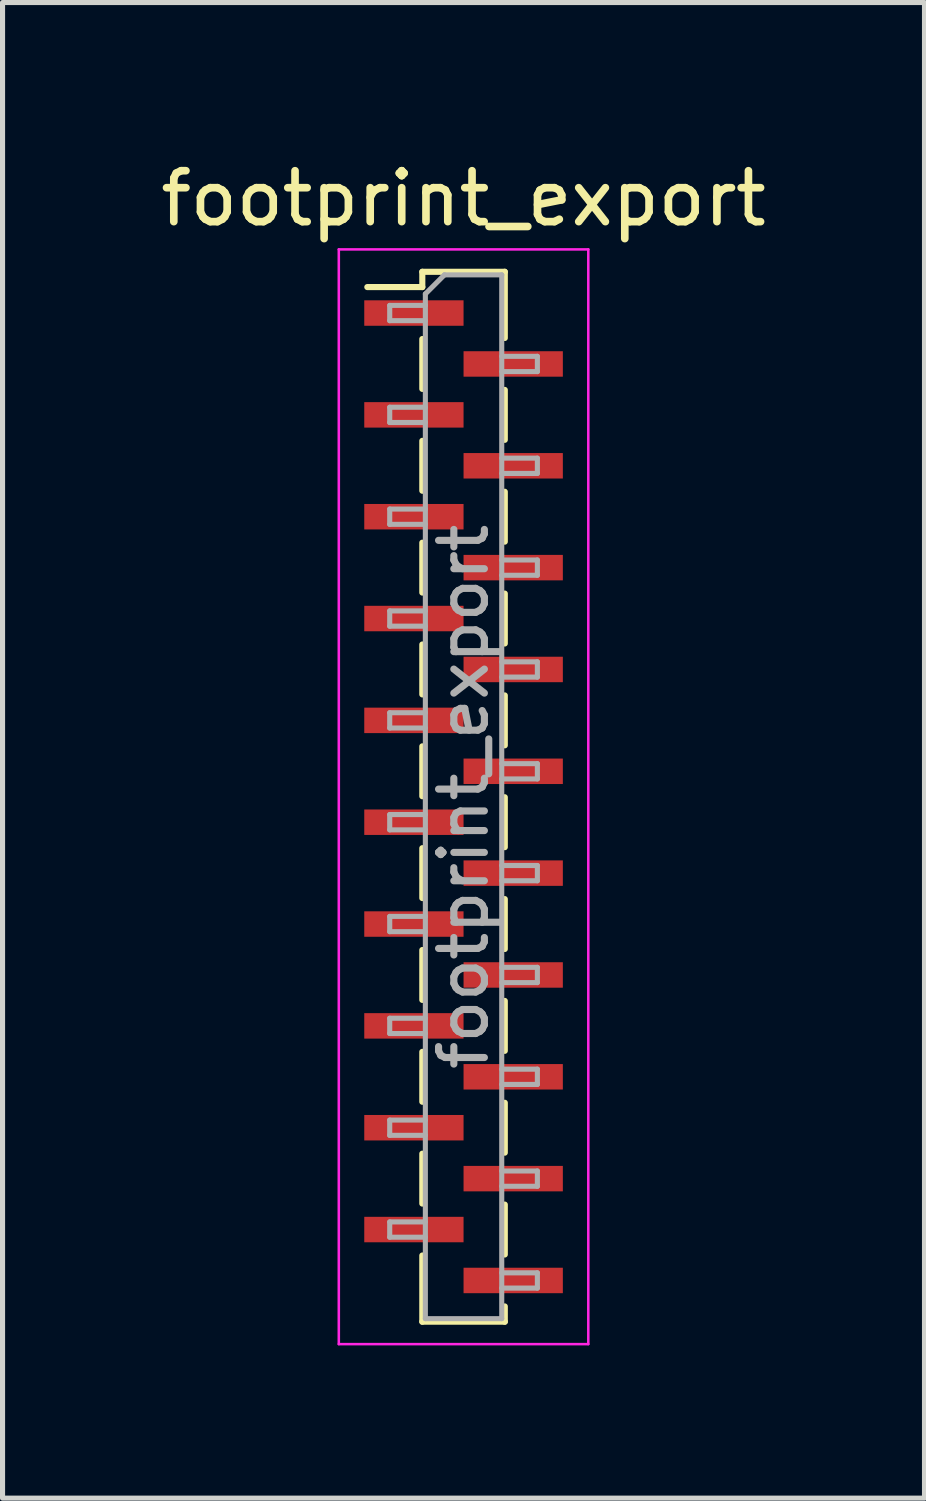
<source format=kicad_pcb>
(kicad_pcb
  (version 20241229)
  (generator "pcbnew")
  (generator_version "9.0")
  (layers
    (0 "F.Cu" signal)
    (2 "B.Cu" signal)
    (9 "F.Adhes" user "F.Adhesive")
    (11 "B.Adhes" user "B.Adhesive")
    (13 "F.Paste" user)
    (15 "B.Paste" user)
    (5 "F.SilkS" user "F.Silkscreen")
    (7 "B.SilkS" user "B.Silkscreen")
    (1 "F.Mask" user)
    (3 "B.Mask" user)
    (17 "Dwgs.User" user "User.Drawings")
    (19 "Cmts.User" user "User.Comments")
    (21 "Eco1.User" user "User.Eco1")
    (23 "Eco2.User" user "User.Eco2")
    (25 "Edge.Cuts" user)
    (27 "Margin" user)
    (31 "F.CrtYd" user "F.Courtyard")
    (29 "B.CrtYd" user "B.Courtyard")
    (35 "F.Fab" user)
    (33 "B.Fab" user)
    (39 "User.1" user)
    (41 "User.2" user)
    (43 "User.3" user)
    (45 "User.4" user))
  (footprint "footprint_export"
    (layer "F.Cu")
    (at 6.054 12.598)
    (property "Reference" "footprint_export" (at 0 -11.75 0) (layer "F.SilkS") (effects (font (size 1 1) (thickness 0.15))))
    (attr smd)
    (fp_line (start -1.89 -10.01) (end -0.81 -10.01) (stroke (width 0.12) (type solid)) (layer "F.SilkS"))
    (fp_line (start -0.81 -10.31) (end -0.81 -10.01) (stroke (width 0.12) (type solid)) (layer "F.SilkS"))
    (fp_line (start -0.81 -10.31) (end 0.81 -10.31) (stroke (width 0.12) (type solid)) (layer "F.SilkS"))
    (fp_line (start -0.81 -8.99) (end -0.81 -8.01) (stroke (width 0.12) (type solid)) (layer "F.SilkS"))
    (fp_line (start -0.81 -6.99) (end -0.81 -6.01) (stroke (width 0.12) (type solid)) (layer "F.SilkS"))
    (fp_line (start -0.81 -4.99) (end -0.81 -4.01) (stroke (width 0.12) (type solid)) (layer "F.SilkS"))
    (fp_line (start -0.81 -2.99) (end -0.81 -2.01) (stroke (width 0.12) (type solid)) (layer "F.SilkS"))
    (fp_line (start -0.81 -0.99) (end -0.81 -0.01) (stroke (width 0.12) (type solid)) (layer "F.SilkS"))
    (fp_line (start -0.81 1.01) (end -0.81 1.99) (stroke (width 0.12) (type solid)) (layer "F.SilkS"))
    (fp_line (start -0.81 3.01) (end -0.81 3.99) (stroke (width 0.12) (type solid)) (layer "F.SilkS"))
    (fp_line (start -0.81 5.01) (end -0.81 5.99) (stroke (width 0.12) (type solid)) (layer "F.SilkS"))
    (fp_line (start -0.81 7.01) (end -0.81 7.99) (stroke (width 0.12) (type solid)) (layer "F.SilkS"))
    (fp_line (start -0.81 9.01) (end -0.81 10.31) (stroke (width 0.12) (type solid)) (layer "F.SilkS"))
    (fp_line (start -0.81 10.31) (end 0.81 10.31) (stroke (width 0.12) (type solid)) (layer "F.SilkS"))
    (fp_line (start 0.81 -10.31) (end 0.81 -9.01) (stroke (width 0.12) (type solid)) (layer "F.SilkS"))
    (fp_line (start 0.81 -7.99) (end 0.81 -7.01) (stroke (width 0.12) (type solid)) (layer "F.SilkS"))
    (fp_line (start 0.81 -5.99) (end 0.81 -5.01) (stroke (width 0.12) (type solid)) (layer "F.SilkS"))
    (fp_line (start 0.81 -3.99) (end 0.81 -3.01) (stroke (width 0.12) (type solid)) (layer "F.SilkS"))
    (fp_line (start 0.81 -1.99) (end 0.81 -1.01) (stroke (width 0.12) (type solid)) (layer "F.SilkS"))
    (fp_line (start 0.81 0.01) (end 0.81 0.99) (stroke (width 0.12) (type solid)) (layer "F.SilkS"))
    (fp_line (start 0.81 2.01) (end 0.81 2.99) (stroke (width 0.12) (type solid)) (layer "F.SilkS"))
    (fp_line (start 0.81 4.01) (end 0.81 4.99) (stroke (width 0.12) (type solid)) (layer "F.SilkS"))
    (fp_line (start 0.81 6.01) (end 0.81 6.99) (stroke (width 0.12) (type solid)) (layer "F.SilkS"))
    (fp_line (start 0.81 8.01) (end 0.81 8.99) (stroke (width 0.12) (type solid)) (layer "F.SilkS"))
    (fp_line (start 0.81 10.01) (end 0.81 10.31) (stroke (width 0.12) (type solid)) (layer "F.SilkS"))
    (fp_line (start -2.45 -10.75) (end 2.45 -10.75) (stroke (width 0.05) (type solid)) (layer "F.CrtYd"))
    (fp_line (start -2.45 10.75) (end -2.45 -10.75) (stroke (width 0.05) (type solid)) (layer "F.CrtYd"))
    (fp_line (start 2.45 -10.75) (end 2.45 10.75) (stroke (width 0.05) (type solid)) (layer "F.CrtYd"))
    (fp_line (start 2.45 10.75) (end -2.45 10.75) (stroke (width 0.05) (type solid)) (layer "F.CrtYd"))
    (fp_line (start -1.45 -9.65) (end -0.75 -9.65) (stroke (width 0.1) (type solid)) (layer "F.Fab"))
    (fp_line (start -1.45 -9.35) (end -1.45 -9.65) (stroke (width 0.1) (type solid)) (layer "F.Fab"))
    (fp_line (start -1.45 -7.65) (end -0.75 -7.65) (stroke (width 0.1) (type solid)) (layer "F.Fab"))
    (fp_line (start -1.45 -7.35) (end -1.45 -7.65) (stroke (width 0.1) (type solid)) (layer "F.Fab"))
    (fp_line (start -1.45 -5.65) (end -0.75 -5.65) (stroke (width 0.1) (type solid)) (layer "F.Fab"))
    (fp_line (start -1.45 -5.35) (end -1.45 -5.65) (stroke (width 0.1) (type solid)) (layer "F.Fab"))
    (fp_line (start -1.45 -3.65) (end -0.75 -3.65) (stroke (width 0.1) (type solid)) (layer "F.Fab"))
    (fp_line (start -1.45 -3.35) (end -1.45 -3.65) (stroke (width 0.1) (type solid)) (layer "F.Fab"))
    (fp_line (start -1.45 -1.65) (end -0.75 -1.65) (stroke (width 0.1) (type solid)) (layer "F.Fab"))
    (fp_line (start -1.45 -1.35) (end -1.45 -1.65) (stroke (width 0.1) (type solid)) (layer "F.Fab"))
    (fp_line (start -1.45 0.35) (end -0.75 0.35) (stroke (width 0.1) (type solid)) (layer "F.Fab"))
    (fp_line (start -1.45 0.65) (end -1.45 0.35) (stroke (width 0.1) (type solid)) (layer "F.Fab"))
    (fp_line (start -1.45 2.35) (end -0.75 2.35) (stroke (width 0.1) (type solid)) (layer "F.Fab"))
    (fp_line (start -1.45 2.65) (end -1.45 2.35) (stroke (width 0.1) (type solid)) (layer "F.Fab"))
    (fp_line (start -1.45 4.35) (end -0.75 4.35) (stroke (width 0.1) (type solid)) (layer "F.Fab"))
    (fp_line (start -1.45 4.65) (end -1.45 4.35) (stroke (width 0.1) (type solid)) (layer "F.Fab"))
    (fp_line (start -1.45 6.35) (end -0.75 6.35) (stroke (width 0.1) (type solid)) (layer "F.Fab"))
    (fp_line (start -1.45 6.65) (end -1.45 6.35) (stroke (width 0.1) (type solid)) (layer "F.Fab"))
    (fp_line (start -1.45 8.35) (end -0.75 8.35) (stroke (width 0.1) (type solid)) (layer "F.Fab"))
    (fp_line (start -1.45 8.65) (end -1.45 8.35) (stroke (width 0.1) (type solid)) (layer "F.Fab"))
    (fp_line (start -0.75 -9.875) (end -0.375 -10.25) (stroke (width 0.1) (type solid)) (layer "F.Fab"))
    (fp_line (start -0.75 -9.35) (end -1.45 -9.35) (stroke (width 0.1) (type solid)) (layer "F.Fab"))
    (fp_line (start -0.75 -7.35) (end -1.45 -7.35) (stroke (width 0.1) (type solid)) (layer "F.Fab"))
    (fp_line (start -0.75 -5.35) (end -1.45 -5.35) (stroke (width 0.1) (type solid)) (layer "F.Fab"))
    (fp_line (start -0.75 -3.35) (end -1.45 -3.35) (stroke (width 0.1) (type solid)) (layer "F.Fab"))
    (fp_line (start -0.75 -1.35) (end -1.45 -1.35) (stroke (width 0.1) (type solid)) (layer "F.Fab"))
    (fp_line (start -0.75 0.65) (end -1.45 0.65) (stroke (width 0.1) (type solid)) (layer "F.Fab"))
    (fp_line (start -0.75 2.65) (end -1.45 2.65) (stroke (width 0.1) (type solid)) (layer "F.Fab"))
    (fp_line (start -0.75 4.65) (end -1.45 4.65) (stroke (width 0.1) (type solid)) (layer "F.Fab"))
    (fp_line (start -0.75 6.65) (end -1.45 6.65) (stroke (width 0.1) (type solid)) (layer "F.Fab"))
    (fp_line (start -0.75 8.65) (end -1.45 8.65) (stroke (width 0.1) (type solid)) (layer "F.Fab"))
    (fp_line (start -0.75 10.25) (end -0.75 -9.875) (stroke (width 0.1) (type solid)) (layer "F.Fab"))
    (fp_line (start -0.375 -10.25) (end 0.75 -10.25) (stroke (width 0.1) (type solid)) (layer "F.Fab"))
    (fp_line (start 0.75 -10.25) (end 0.75 10.25) (stroke (width 0.1) (type solid)) (layer "F.Fab"))
    (fp_line (start 0.75 -8.65) (end 1.45 -8.65) (stroke (width 0.1) (type solid)) (layer "F.Fab"))
    (fp_line (start 0.75 -6.65) (end 1.45 -6.65) (stroke (width 0.1) (type solid)) (layer "F.Fab"))
    (fp_line (start 0.75 -4.65) (end 1.45 -4.65) (stroke (width 0.1) (type solid)) (layer "F.Fab"))
    (fp_line (start 0.75 -2.65) (end 1.45 -2.65) (stroke (width 0.1) (type solid)) (layer "F.Fab"))
    (fp_line (start 0.75 -0.65) (end 1.45 -0.65) (stroke (width 0.1) (type solid)) (layer "F.Fab"))
    (fp_line (start 0.75 1.35) (end 1.45 1.35) (stroke (width 0.1) (type solid)) (layer "F.Fab"))
    (fp_line (start 0.75 3.35) (end 1.45 3.35) (stroke (width 0.1) (type solid)) (layer "F.Fab"))
    (fp_line (start 0.75 5.35) (end 1.45 5.35) (stroke (width 0.1) (type solid)) (layer "F.Fab"))
    (fp_line (start 0.75 7.35) (end 1.45 7.35) (stroke (width 0.1) (type solid)) (layer "F.Fab"))
    (fp_line (start 0.75 9.35) (end 1.45 9.35) (stroke (width 0.1) (type solid)) (layer "F.Fab"))
    (fp_line (start 0.75 10.25) (end -0.75 10.25) (stroke (width 0.1) (type solid)) (layer "F.Fab"))
    (fp_line (start 1.45 -8.65) (end 1.45 -8.35) (stroke (width 0.1) (type solid)) (layer "F.Fab"))
    (fp_line (start 1.45 -8.35) (end 0.75 -8.35) (stroke (width 0.1) (type solid)) (layer "F.Fab"))
    (fp_line (start 1.45 -6.65) (end 1.45 -6.35) (stroke (width 0.1) (type solid)) (layer "F.Fab"))
    (fp_line (start 1.45 -6.35) (end 0.75 -6.35) (stroke (width 0.1) (type solid)) (layer "F.Fab"))
    (fp_line (start 1.45 -4.65) (end 1.45 -4.35) (stroke (width 0.1) (type solid)) (layer "F.Fab"))
    (fp_line (start 1.45 -4.35) (end 0.75 -4.35) (stroke (width 0.1) (type solid)) (layer "F.Fab"))
    (fp_line (start 1.45 -2.65) (end 1.45 -2.35) (stroke (width 0.1) (type solid)) (layer "F.Fab"))
    (fp_line (start 1.45 -2.35) (end 0.75 -2.35) (stroke (width 0.1) (type solid)) (layer "F.Fab"))
    (fp_line (start 1.45 -0.65) (end 1.45 -0.35) (stroke (width 0.1) (type solid)) (layer "F.Fab"))
    (fp_line (start 1.45 -0.35) (end 0.75 -0.35) (stroke (width 0.1) (type solid)) (layer "F.Fab"))
    (fp_line (start 1.45 1.35) (end 1.45 1.65) (stroke (width 0.1) (type solid)) (layer "F.Fab"))
    (fp_line (start 1.45 1.65) (end 0.75 1.65) (stroke (width 0.1) (type solid)) (layer "F.Fab"))
    (fp_line (start 1.45 3.35) (end 1.45 3.65) (stroke (width 0.1) (type solid)) (layer "F.Fab"))
    (fp_line (start 1.45 3.65) (end 0.75 3.65) (stroke (width 0.1) (type solid)) (layer "F.Fab"))
    (fp_line (start 1.45 5.35) (end 1.45 5.65) (stroke (width 0.1) (type solid)) (layer "F.Fab"))
    (fp_line (start 1.45 5.65) (end 0.75 5.65) (stroke (width 0.1) (type solid)) (layer "F.Fab"))
    (fp_line (start 1.45 7.35) (end 1.45 7.65) (stroke (width 0.1) (type solid)) (layer "F.Fab"))
    (fp_line (start 1.45 7.65) (end 0.75 7.65) (stroke (width 0.1) (type solid)) (layer "F.Fab"))
    (fp_line (start 1.45 9.35) (end 1.45 9.65) (stroke (width 0.1) (type solid)) (layer "F.Fab"))
    (fp_line (start 1.45 9.65) (end 0.75 9.65) (stroke (width 0.1) (type solid)) (layer "F.Fab"))
    (fp_text user "${REFERENCE}" (at 0 0 90) (layer "F.Fab") (effects (font (size 0.9 0.9) (thickness 0.14))))
    (pad "1" smd rect (at -0.975 -9.5) (size 1.95 0.5) (layers "F.Cu" "F.Mask" "F.Paste"))
    (pad "2" smd rect (at 0.975 -8.5) (size 1.95 0.5) (layers "F.Cu" "F.Mask" "F.Paste"))
    (pad "3" smd rect (at -0.975 -7.5) (size 1.95 0.5) (layers "F.Cu" "F.Mask" "F.Paste"))
    (pad "4" smd rect (at 0.975 -6.5) (size 1.95 0.5) (layers "F.Cu" "F.Mask" "F.Paste"))
    (pad "5" smd rect (at -0.975 -5.5) (size 1.95 0.5) (layers "F.Cu" "F.Mask" "F.Paste"))
    (pad "6" smd rect (at 0.975 -4.5) (size 1.95 0.5) (layers "F.Cu" "F.Mask" "F.Paste"))
    (pad "7" smd rect (at -0.975 -3.5) (size 1.95 0.5) (layers "F.Cu" "F.Mask" "F.Paste"))
    (pad "8" smd rect (at 0.975 -2.5) (size 1.95 0.5) (layers "F.Cu" "F.Mask" "F.Paste"))
    (pad "9" smd rect (at -0.975 -1.5) (size 1.95 0.5) (layers "F.Cu" "F.Mask" "F.Paste"))
    (pad "10" smd rect (at 0.975 -0.5) (size 1.95 0.5) (layers "F.Cu" "F.Mask" "F.Paste"))
    (pad "11" smd rect (at -0.975 0.5) (size 1.95 0.5) (layers "F.Cu" "F.Mask" "F.Paste"))
    (pad "12" smd rect (at 0.975 1.5) (size 1.95 0.5) (layers "F.Cu" "F.Mask" "F.Paste"))
    (pad "13" smd rect (at -0.975 2.5) (size 1.95 0.5) (layers "F.Cu" "F.Mask" "F.Paste"))
    (pad "14" smd rect (at 0.975 3.5) (size 1.95 0.5) (layers "F.Cu" "F.Mask" "F.Paste"))
    (pad "15" smd rect (at -0.975 4.5) (size 1.95 0.5) (layers "F.Cu" "F.Mask" "F.Paste"))
    (pad "16" smd rect (at 0.975 5.5) (size 1.95 0.5) (layers "F.Cu" "F.Mask" "F.Paste"))
    (pad "17" smd rect (at -0.975 6.5) (size 1.95 0.5) (layers "F.Cu" "F.Mask" "F.Paste"))
    (pad "18" smd rect (at 0.975 7.5) (size 1.95 0.5) (layers "F.Cu" "F.Mask" "F.Paste"))
    (pad "19" smd rect (at -0.975 8.5) (size 1.95 0.5) (layers "F.Cu" "F.Mask" "F.Paste"))
    (pad "20" smd rect (at 0.975 9.5) (size 1.95 0.5) (layers "F.Cu" "F.Mask" "F.Paste")))
  (gr_rect
    (start -3 -3)
    (end 15.107 26.373)
    (stroke (width 0.1) (type default))
    (fill no)
    (layer "Edge.Cuts")))
</source>
